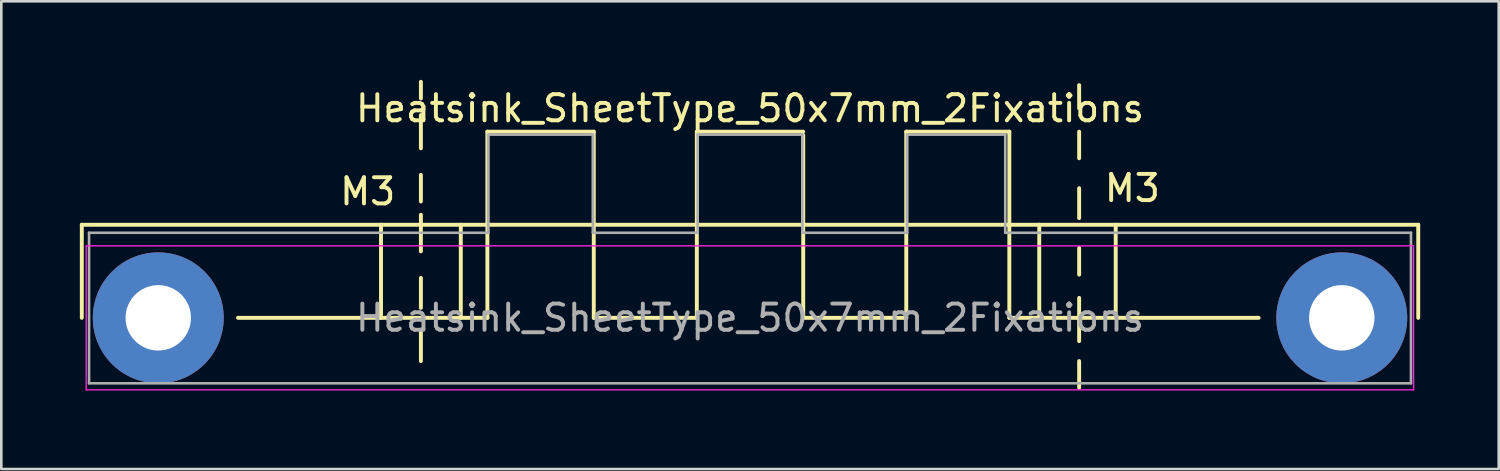
<source format=kicad_pcb>
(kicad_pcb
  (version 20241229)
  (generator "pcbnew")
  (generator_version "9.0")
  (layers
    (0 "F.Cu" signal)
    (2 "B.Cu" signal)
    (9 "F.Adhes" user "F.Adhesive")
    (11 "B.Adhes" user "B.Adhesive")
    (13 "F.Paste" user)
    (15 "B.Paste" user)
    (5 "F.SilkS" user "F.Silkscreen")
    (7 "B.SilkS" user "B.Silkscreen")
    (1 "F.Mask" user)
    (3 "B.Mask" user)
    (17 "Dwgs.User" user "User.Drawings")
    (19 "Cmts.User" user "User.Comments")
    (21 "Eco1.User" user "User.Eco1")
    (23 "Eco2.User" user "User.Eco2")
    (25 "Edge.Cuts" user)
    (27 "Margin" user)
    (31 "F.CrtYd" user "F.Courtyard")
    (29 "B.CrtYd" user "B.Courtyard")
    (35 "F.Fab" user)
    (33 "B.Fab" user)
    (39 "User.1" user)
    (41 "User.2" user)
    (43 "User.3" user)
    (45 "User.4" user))
  (footprint "Heatsink_SheetType_50x7mm_2Fixations"
    (layer "F.Cu")
    (at 25.602 9.092)
    (property "Reference" "Heatsink_SheetType_50x7mm_2Fixations" (at 0 -8 0) (layer "F.SilkS") (effects (font (size 1 1) (thickness 0.15))))
    (attr through_hole)
    (fp_line (start -25.527 -3.556) (end -25.527 0) (stroke (width 0.15) (type solid)) (layer "F.SilkS"))
    (fp_line (start -14.097 -3.556) (end -14.097 0) (stroke (width 0.15) (type solid)) (layer "F.SilkS"))
    (fp_line (start -12.573 -9.017) (end -12.573 -8.382) (stroke (width 0.15) (type solid)) (layer "F.SilkS"))
    (fp_line (start -12.573 -7.747) (end -12.573 -6.477) (stroke (width 0.15) (type solid)) (layer "F.SilkS"))
    (fp_line (start -12.573 -5.461) (end -12.573 -4.445) (stroke (width 0.15) (type solid)) (layer "F.SilkS"))
    (fp_line (start -12.573 -3.937) (end -12.573 -2.54) (stroke (width 0.15) (type solid)) (layer "F.SilkS"))
    (fp_line (start -12.573 -1.524) (end -12.573 -0.381) (stroke (width 0.15) (type solid)) (layer "F.SilkS"))
    (fp_line (start -12.573 0.508) (end -12.573 1.651) (stroke (width 0.15) (type solid)) (layer "F.SilkS"))
    (fp_line (start -11.049 -3.556) (end -11.049 0) (stroke (width 0.15) (type solid)) (layer "F.SilkS"))
    (fp_line (start -10.033 -7.112) (end -10.033 0) (stroke (width 0.15) (type solid)) (layer "F.SilkS"))
    (fp_line (start -10.033 0) (end -19.558 0) (stroke (width 0.15) (type solid)) (layer "F.SilkS"))
    (fp_line (start -5.969 -7.112) (end -10.033 -7.112) (stroke (width 0.15) (type solid)) (layer "F.SilkS"))
    (fp_line (start -5.969 -7.112) (end -5.969 0) (stroke (width 0.15) (type solid)) (layer "F.SilkS"))
    (fp_line (start -2.032 -7.112) (end -2.032 0) (stroke (width 0.15) (type solid)) (layer "F.SilkS"))
    (fp_line (start -2.032 0) (end -5.969 0) (stroke (width 0.15) (type solid)) (layer "F.SilkS"))
    (fp_line (start 2.032 -7.112) (end -2.032 -7.112) (stroke (width 0.15) (type solid)) (layer "F.SilkS"))
    (fp_line (start 2.032 -6.985) (end 2.032 0) (stroke (width 0.15) (type solid)) (layer "F.SilkS"))
    (fp_line (start 5.969 -7.112) (end 5.969 0) (stroke (width 0.15) (type solid)) (layer "F.SilkS"))
    (fp_line (start 5.969 0) (end 2.032 0) (stroke (width 0.15) (type solid)) (layer "F.SilkS"))
    (fp_line (start 9.906 -7.112) (end 5.969 -7.112) (stroke (width 0.15) (type solid)) (layer "F.SilkS"))
    (fp_line (start 9.906 -7.112) (end 9.906 0) (stroke (width 0.15) (type solid)) (layer "F.SilkS"))
    (fp_line (start 11.049 -3.556) (end 11.049 0) (stroke (width 0.15) (type solid)) (layer "F.SilkS"))
    (fp_line (start 12.573 -8.89) (end 12.573 -8.001) (stroke (width 0.15) (type solid)) (layer "F.SilkS"))
    (fp_line (start 12.573 -7.112) (end 12.573 -6.096) (stroke (width 0.15) (type solid)) (layer "F.SilkS"))
    (fp_line (start 12.573 -4.953) (end 12.573 -3.81) (stroke (width 0.15) (type solid)) (layer "F.SilkS"))
    (fp_line (start 12.573 -2.667) (end 12.573 -1.651) (stroke (width 0.15) (type solid)) (layer "F.SilkS"))
    (fp_line (start 12.573 -0.762) (end 12.573 0.889) (stroke (width 0.15) (type solid)) (layer "F.SilkS"))
    (fp_line (start 12.573 1.651) (end 12.573 2.667) (stroke (width 0.15) (type solid)) (layer "F.SilkS"))
    (fp_line (start 13.97 -3.556) (end 13.97 0) (stroke (width 0.15) (type solid)) (layer "F.SilkS"))
    (fp_line (start 13.97 0) (end 9.906 0) (stroke (width 0.15) (type solid)) (layer "F.SilkS"))
    (fp_line (start 13.97 0) (end 19.431 0) (stroke (width 0.15) (type solid)) (layer "F.SilkS"))
    (fp_line (start 25.527 -3.556) (end -25.527 -3.556) (stroke (width 0.15) (type solid)) (layer "F.SilkS"))
    (fp_line (start 25.527 0) (end 25.527 -3.556) (stroke (width 0.15) (type solid)) (layer "F.SilkS"))
    (fp_line (start -25.36 -2.75) (end -25.36 2.75) (stroke (width 0.05) (type solid)) (layer "F.CrtYd"))
    (fp_line (start -25.36 -2.75) (end 25.35 -2.75) (stroke (width 0.05) (type solid)) (layer "F.CrtYd"))
    (fp_line (start 25.35 2.75) (end -25.36 2.75) (stroke (width 0.05) (type solid)) (layer "F.CrtYd"))
    (fp_line (start 25.35 2.75) (end 25.35 -2.75) (stroke (width 0.05) (type solid)) (layer "F.CrtYd"))
    (fp_line (start -25.25 -3.25) (end -25.25 2.5) (stroke (width 0.1) (type solid)) (layer "F.Fab"))
    (fp_line (start -25.25 2.5) (end 25.25 2.5) (stroke (width 0.1) (type solid)) (layer "F.Fab"))
    (fp_line (start -10 -7) (end -10 -3.25) (stroke (width 0.1) (type solid)) (layer "F.Fab"))
    (fp_line (start -10 -3.25) (end -25.25 -3.25) (stroke (width 0.1) (type solid)) (layer "F.Fab"))
    (fp_line (start -6 -7) (end -10 -7) (stroke (width 0.1) (type solid)) (layer "F.Fab"))
    (fp_line (start -6 -3.25) (end -6 -7) (stroke (width 0.1) (type solid)) (layer "F.Fab"))
    (fp_line (start -2 -7) (end -2 -3.25) (stroke (width 0.1) (type solid)) (layer "F.Fab"))
    (fp_line (start -2 -3.25) (end -6 -3.25) (stroke (width 0.1) (type solid)) (layer "F.Fab"))
    (fp_line (start 2 -7) (end -2 -7) (stroke (width 0.1) (type solid)) (layer "F.Fab"))
    (fp_line (start 2 -6.75) (end 2 -7) (stroke (width 0.1) (type solid)) (layer "F.Fab"))
    (fp_line (start 2 -3.25) (end 2 -6.75) (stroke (width 0.1) (type solid)) (layer "F.Fab"))
    (fp_line (start 6 -7) (end 6 -3.25) (stroke (width 0.1) (type solid)) (layer "F.Fab"))
    (fp_line (start 6 -3.25) (end 2 -3.25) (stroke (width 0.1) (type solid)) (layer "F.Fab"))
    (fp_line (start 9.75 -7) (end 6 -7) (stroke (width 0.1) (type solid)) (layer "F.Fab"))
    (fp_line (start 9.75 -3.25) (end 9.75 -7) (stroke (width 0.1) (type solid)) (layer "F.Fab"))
    (fp_line (start 25.25 -3.25) (end 9.75 -3.25) (stroke (width 0.1) (type solid)) (layer "F.Fab"))
    (fp_line (start 25.25 2.5) (end 25.25 -3.25) (stroke (width 0.1) (type solid)) (layer "F.Fab"))
    (fp_text user "M3" (at 14.605 -4.953 0) (layer "F.SilkS") (effects (font (size 1 1) (thickness 0.15))))
    (fp_text user "M3" (at -14.605 -4.826 0) (layer "F.SilkS") (effects (font (size 1 1) (thickness 0.15))))
    (fp_text user "${REFERENCE}" (at 0 0 0) (layer "F.Fab") (effects (font (size 1 1) (thickness 0.15))))
    (pad "1" thru_hole circle (at -22.606 0) (size 5.001 5.001) (drill 2.499) (layers "*.Cu" "*.Mask"))
    (pad "1" thru_hole circle (at 22.606 0) (size 5.001 5.001) (drill 2.499) (layers "*.Cu" "*.Mask")))
  (gr_rect
    (start -3 -3)
    (end 54.204 14.867)
    (stroke (width 0.1) (type default))
    (fill no)
    (layer "Edge.Cuts")))
</source>
